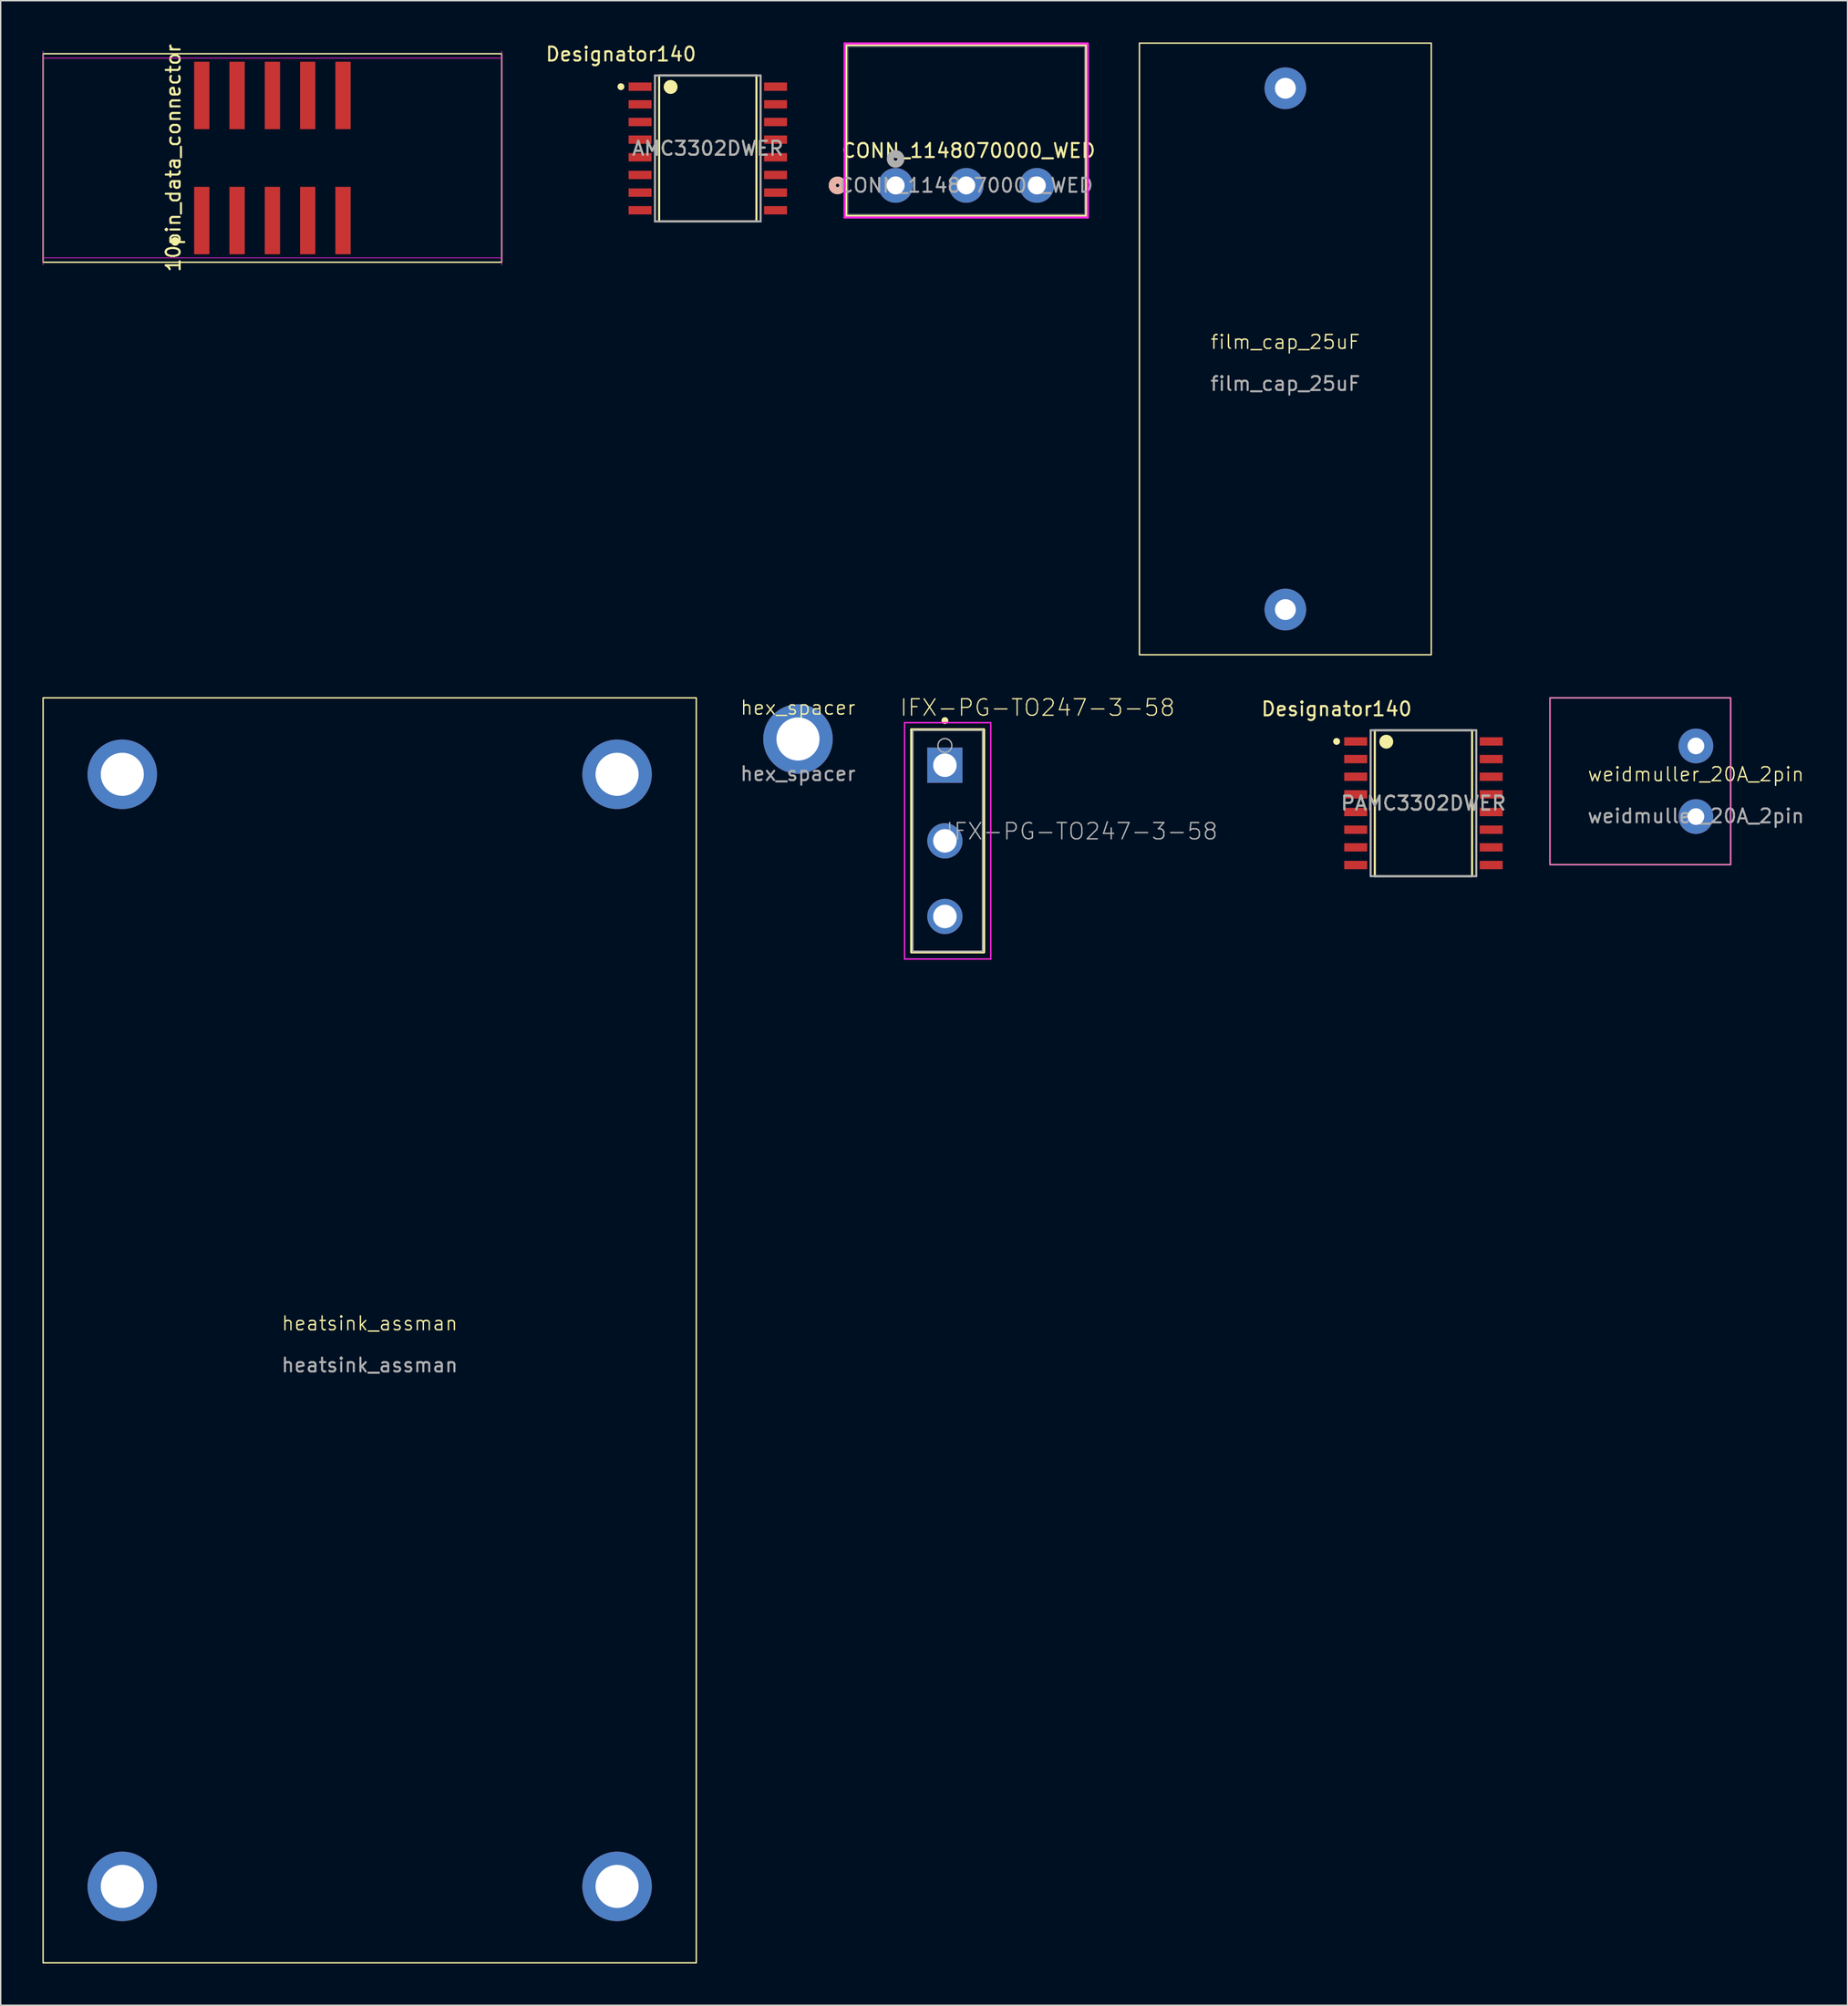
<source format=kicad_pcb>
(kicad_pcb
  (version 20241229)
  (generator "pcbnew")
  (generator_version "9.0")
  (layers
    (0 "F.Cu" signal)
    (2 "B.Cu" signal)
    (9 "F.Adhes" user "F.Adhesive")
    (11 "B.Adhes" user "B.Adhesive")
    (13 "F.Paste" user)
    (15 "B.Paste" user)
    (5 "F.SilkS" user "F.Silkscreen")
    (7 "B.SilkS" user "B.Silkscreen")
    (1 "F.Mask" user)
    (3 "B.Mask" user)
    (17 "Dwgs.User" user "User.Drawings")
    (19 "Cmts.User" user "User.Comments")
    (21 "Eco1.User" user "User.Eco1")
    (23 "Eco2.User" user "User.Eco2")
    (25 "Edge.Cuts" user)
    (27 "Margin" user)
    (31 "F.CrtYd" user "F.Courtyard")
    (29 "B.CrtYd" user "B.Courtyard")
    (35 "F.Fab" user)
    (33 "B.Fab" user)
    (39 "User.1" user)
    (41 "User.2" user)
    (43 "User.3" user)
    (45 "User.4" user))
  (footprint "10pin_data_connector"
    (layer "F.Cu")
    (at 16.55 8.315)
    (property "Reference" "10pin_data_connector" (at -7.13 0 90) (layer "F.SilkS") (effects (font (size 1 1) (thickness 0.15))))
    (attr smd)
    (fp_rect (start -16.5 -7.5) (end 16.5 7.5) (stroke (width 0.1) (type default)) (fill no) (layer "F.SilkS"))
    (fp_circle (center -7 6) (end -6.835 5.797) (stroke (width 0.1) (type solid)) (fill yes) (layer "F.SilkS"))
    (fp_line (start -16.5 -7.18) (end 16.5 -7.18) (stroke (width 0.05) (type default)) (layer "F.CrtYd"))
    (fp_line (start -16.5 7.68) (end -16.5 -7.68) (stroke (width 0.05) (type default)) (layer "F.CrtYd"))
    (fp_line (start 16.5 -7.68) (end 16.5 7.68) (stroke (width 0.05) (type default)) (layer "F.CrtYd"))
    (fp_line (start 16.5 7.18) (end -16.5 7.18) (stroke (width 0.05) (type default)) (layer "F.CrtYd"))
    (pad "1" smd rect (at -5.08 4.5) (size 1.1 4.85) (layers "F.Cu" "F.Mask" "F.Paste"))
    (pad "2" smd rect (at -5.08 -4.5) (size 1.1 4.85) (layers "F.Cu" "F.Mask" "F.Paste"))
    (pad "3" smd rect (at -2.54 4.5) (size 1.1 4.85) (layers "F.Cu" "F.Mask" "F.Paste"))
    (pad "4" smd rect (at -2.54 -4.5) (size 1.1 4.85) (layers "F.Cu" "F.Mask" "F.Paste"))
    (pad "5" smd rect (at 0 4.5) (size 1.1 4.85) (layers "F.Cu" "F.Mask" "F.Paste"))
    (pad "6" smd rect (at 0 -4.5) (size 1.1 4.85) (layers "F.Cu" "F.Mask" "F.Paste"))
    (pad "7" smd rect (at 2.54 4.5) (size 1.1 4.85) (layers "F.Cu" "F.Mask" "F.Paste"))
    (pad "8" smd rect (at 2.54 -4.5) (size 1.1 4.85) (layers "F.Cu" "F.Mask" "F.Paste"))
    (pad "9" smd rect (at 5.08 4.5) (size 1.1 4.85) (layers "F.Cu" "F.Mask" "F.Paste"))
    (pad "10" smd rect (at 5.08 -4.5) (size 1.1 4.85) (layers "F.Cu" "F.Mask" "F.Paste")))
  (footprint "film_cap_25uF"
    (layer "F.Cu")
    (at 89.436 22.05)
    (property "Reference" "film_cap_25uF" (at 0 -0.5 0) (unlocked yes) (layer "F.SilkS") (effects (font (size 1 1) (thickness 0.1))))
    (attr through_hole)
    (fp_rect (start -10.5 -22) (end 10.5 22) (stroke (width 0.1) (type solid)) (fill no) (layer "F.SilkS"))
    (fp_text user "${REFERENCE}" (at 0 2.5 0) (unlocked yes) (layer "F.Fab") (effects (font (size 1 1) (thickness 0.15))))
    (pad "1" thru_hole circle (at 0 18.75) (size 3 3) (drill 1.5) (layers "*.Cu" "*.Mask"))
    (pad "2" thru_hole circle (at 0 -18.75) (size 3 3) (drill 1.5) (layers "*.Cu" "*.Mask")))
  (footprint "weidmuller_20A_2pin"
    (layer "F.Cu")
    (at 118.975 53.15)
    (property "Reference" "weidmuller_20A_2pin" (at 0 -0.5 0) (unlocked yes) (layer "F.SilkS") (effects (font (size 1 1) (thickness 0.1))))
    (attr through_hole)
    (fp_rect (start -10.5 -6) (end 2.5 6) (stroke (width 0.1) (type default)) (fill no) (layer "F.SilkS"))
    (fp_rect (start -10.5 -6) (end 2.5 6) (stroke (width 0.05) (type default)) (fill no) (layer "F.CrtYd"))
    (fp_text user "${REFERENCE}" (at 0 2.5 0) (unlocked yes) (layer "F.Fab") (effects (font (size 1 1) (thickness 0.15))))
    (pad "1" thru_hole circle (at 0 -2.54) (size 2.5 2.5) (drill 1.2) (layers "*.Cu" "*.Mask"))
    (pad "2" thru_hole circle (at 0 2.54) (size 2.5 2.5) (drill 1.2) (layers "*.Cu" "*.Mask")))
  (footprint "IFX-PG-TO247-3-58"
    (layer "F.Cu")
    (at 64.938 57.437)
    (property "Reference" "IFX-PG-TO247-3-58" (at -3.302 -8.89 0) (unlocked yes) (layer "F.SilkS") (effects (font (size 1.182 1.182) (thickness 0.088)) (justify left bottom)))
    (fp_line (start -2.4 -8) (end 2.8 -8) (stroke (width 0.2) (type solid)) (layer "F.SilkS"))
    (fp_line (start -2.4 8) (end -2.4 -8) (stroke (width 0.2) (type solid)) (layer "F.SilkS"))
    (fp_line (start -2.4 8) (end 2.8 8) (stroke (width 0.2) (type solid)) (layer "F.SilkS"))
    (fp_line (start 2.8 8) (end 2.8 -8) (stroke (width 0.2) (type solid)) (layer "F.SilkS"))
    (fp_circle (center 0 -8.65) (end 0.125 -8.65) (stroke (width 0.25) (type solid)) (fill no) (layer "F.SilkS"))
    (fp_line (start -2.9 -8.5) (end 3.3 -8.5) (stroke (width 0.1) (type solid)) (layer "F.CrtYd"))
    (fp_line (start -2.9 8.5) (end 3.3 8.5) (stroke (width 0.1) (type solid)) (layer "F.CrtYd"))
    (fp_line (start -2.9 8.5) (end -2.9 -8.5) (stroke (width 0.1) (type solid)) (layer "F.CrtYd"))
    (fp_line (start -0.5 0) (end 0.5 0) (stroke (width 0.1) (type solid)) (layer "F.CrtYd"))
    (fp_line (start 0 0.5) (end 0 -0.5) (stroke (width 0.1) (type solid)) (layer "F.CrtYd"))
    (fp_line (start 3.3 8.5) (end 3.3 -8.5) (stroke (width 0.1) (type solid)) (layer "F.CrtYd"))
    (fp_line (start -2.308 -7.957) (end 2.712 -7.957) (stroke (width 0.1) (type solid)) (layer "F.Fab"))
    (fp_line (start -2.308 7.957) (end -2.308 -7.957) (stroke (width 0.1) (type solid)) (layer "F.Fab"))
    (fp_line (start -2.308 7.957) (end 2.712 7.957) (stroke (width 0.1) (type solid)) (layer "F.Fab"))
    (fp_line (start 2.712 7.957) (end 2.712 -7.957) (stroke (width 0.1) (type solid)) (layer "F.Fab"))
    (fp_circle (center 0 -6.858) (end 0.5 -6.858) (stroke (width 0.1) (type solid)) (fill no) (layer "F.Fab"))
    (fp_text user "${REFERENCE}" (at 0 0 0) (layer "F.Fab") (effects (font (size 1.168 1.168) (thickness 0.102)) (justify left bottom)))
    (pad "1" thru_hole rect (at 0 -5.44) (size 2.535 2.535) (drill 1.69) (layers "*.Cu" "*.Mask"))
    (pad "2" thru_hole circle (at 0 0) (size 2.535 2.535) (drill 1.69) (layers "*.Cu" "*.Mask"))
    (pad "3" thru_hole circle (at 0 5.44) (size 2.535 2.535) (drill 1.69) (layers "*.Cu" "*.Mask")))
  (footprint "heatsink_assman"
    (layer "F.Cu")
    (at 23.55 92.65)
    (property "Reference" "heatsink_assman" (at 0 -0.5 0) (unlocked yes) (layer "F.SilkS") (effects (font (size 1 1) (thickness 0.1))))
    (attr through_hole)
    (fp_rect (start -23.5 -45.5) (end 23.5 45.5) (stroke (width 0.1) (type default)) (fill no) (layer "F.SilkS"))
    (fp_text user "${REFERENCE}" (at 0 2.5 0) (unlocked yes) (layer "F.Fab") (effects (font (size 1 1) (thickness 0.15))))
    (pad "1" thru_hole circle (at -17.8 -40) (size 5 5) (drill 3.1) (layers "*.Cu" "*.Mask"))
    (pad "1" thru_hole circle (at -17.8 40) (size 5 5) (drill 3.1) (layers "*.Cu" "*.Mask"))
    (pad "1" thru_hole circle (at 17.8 -40) (size 5 5) (drill 3.1) (layers "*.Cu" "*.Mask"))
    (pad "1" thru_hole circle (at 17.8 40) (size 5 5) (drill 3.1) (layers "*.Cu" "*.Mask")))
  (footprint "AMC3302DWER"
    (layer "F.Cu")
    (at 47.878 7.63)
    (property "Reference" "AMC3302DWER" (at 0 0 0) (unlocked yes) (layer "F.SilkS") (effects (font (size 1 1) (thickness 0.15))))
    (attr smd)
    (fp_line (start -3.5 -5.25) (end 3.5 -5.25) (stroke (width 0.15) (type solid)) (layer "F.SilkS"))
    (fp_line (start -3.5 5.25) (end -3.5 -5.25) (stroke (width 0.15) (type solid)) (layer "F.SilkS"))
    (fp_line (start -3.5 5.25) (end 3.5 5.25) (stroke (width 0.15) (type solid)) (layer "F.SilkS"))
    (fp_line (start 3.5 5.25) (end 3.5 -5.25) (stroke (width 0.15) (type solid)) (layer "F.SilkS"))
    (fp_circle (center -6.25 -4.445) (end -6.125 -4.445) (stroke (width 0.25) (type solid)) (fill no) (layer "F.SilkS"))
    (fp_circle (center -2.675 -4.425) (end -2.425 -4.425) (stroke (width 0.5) (type solid)) (fill no) (layer "F.SilkS"))
    (fp_line (start -3.8 -5.25) (end 3.8 -5.25) (stroke (width 0.15) (type solid)) (layer "F.Fab"))
    (fp_line (start -3.8 5.25) (end -3.8 -5.25) (stroke (width 0.15) (type solid)) (layer "F.Fab"))
    (fp_line (start -3.8 5.25) (end 3.8 5.25) (stroke (width 0.15) (type solid)) (layer "F.Fab"))
    (fp_line (start 3.8 5.25) (end 3.8 -5.25) (stroke (width 0.15) (type solid)) (layer "F.Fab"))
    (fp_text user "Designator140" (at -6.248 -6.782 0) (unlocked yes) (layer "F.SilkS") (effects (font (size 1 1) (thickness 0.15))))
    (fp_text user "${REFERENCE}" (at 0 0 0) (unlocked yes) (layer "F.Fab") (effects (font (size 1 1) (thickness 0.15))))
    (pad "1" smd rect (at -4.875 -4.445) (size 1.65 0.6) (layers "F.Cu" "F.Mask" "F.Paste"))
    (pad "2" smd rect (at -4.875 -3.175) (size 1.65 0.6) (layers "F.Cu" "F.Mask" "F.Paste"))
    (pad "3" smd rect (at -4.875 -1.905) (size 1.65 0.6) (layers "F.Cu" "F.Mask" "F.Paste"))
    (pad "4" smd rect (at -4.875 -0.635) (size 1.65 0.6) (layers "F.Cu" "F.Mask" "F.Paste"))
    (pad "5" smd rect (at -4.875 0.635) (size 1.65 0.6) (layers "F.Cu" "F.Mask" "F.Paste"))
    (pad "6" smd rect (at -4.875 1.905) (size 1.65 0.6) (layers "F.Cu" "F.Mask" "F.Paste"))
    (pad "7" smd rect (at -4.875 3.175) (size 1.65 0.6) (layers "F.Cu" "F.Mask" "F.Paste"))
    (pad "8" smd rect (at -4.875 4.445) (size 1.65 0.6) (layers "F.Cu" "F.Mask" "F.Paste"))
    (pad "9" smd rect (at 4.875 4.445) (size 1.65 0.6) (layers "F.Cu" "F.Mask" "F.Paste"))
    (pad "10" smd rect (at 4.875 3.175) (size 1.65 0.6) (layers "F.Cu" "F.Mask" "F.Paste"))
    (pad "11" smd rect (at 4.875 1.905) (size 1.65 0.6) (layers "F.Cu" "F.Mask" "F.Paste"))
    (pad "12" smd rect (at 4.875 0.635) (size 1.65 0.6) (layers "F.Cu" "F.Mask" "F.Paste"))
    (pad "13" smd rect (at 4.875 -0.635) (size 1.65 0.6) (layers "F.Cu" "F.Mask" "F.Paste"))
    (pad "14" smd rect (at 4.875 -1.905) (size 1.65 0.6) (layers "F.Cu" "F.Mask" "F.Paste"))
    (pad "15" smd rect (at 4.875 -3.175) (size 1.65 0.6) (layers "F.Cu" "F.Mask" "F.Paste"))
    (pad "16" smd rect (at 4.875 -4.445) (size 1.65 0.6) (layers "F.Cu" "F.Mask" "F.Paste")))
  (footprint "PAMC3302DWER"
    (layer "F.Cu")
    (at 99.372 54.73)
    (property "Reference" "PAMC3302DWER" (at 0 0 0) (unlocked yes) (layer "F.SilkS") (effects (font (size 1 1) (thickness 0.15))))
    (attr smd)
    (fp_line (start -3.5 -5.25) (end 3.5 -5.25) (stroke (width 0.15) (type solid)) (layer "F.SilkS"))
    (fp_line (start -3.5 5.25) (end -3.5 -5.25) (stroke (width 0.15) (type solid)) (layer "F.SilkS"))
    (fp_line (start -3.5 5.25) (end 3.5 5.25) (stroke (width 0.15) (type solid)) (layer "F.SilkS"))
    (fp_line (start 3.5 5.25) (end 3.5 -5.25) (stroke (width 0.15) (type solid)) (layer "F.SilkS"))
    (fp_circle (center -6.25 -4.445) (end -6.125 -4.445) (stroke (width 0.25) (type solid)) (fill no) (layer "F.SilkS"))
    (fp_circle (center -2.675 -4.425) (end -2.425 -4.425) (stroke (width 0.5) (type solid)) (fill no) (layer "F.SilkS"))
    (fp_line (start -3.8 -5.25) (end 3.8 -5.25) (stroke (width 0.15) (type solid)) (layer "F.Fab"))
    (fp_line (start -3.8 5.25) (end -3.8 -5.25) (stroke (width 0.15) (type solid)) (layer "F.Fab"))
    (fp_line (start -3.8 5.25) (end 3.8 5.25) (stroke (width 0.15) (type solid)) (layer "F.Fab"))
    (fp_line (start 3.8 5.25) (end 3.8 -5.25) (stroke (width 0.15) (type solid)) (layer "F.Fab"))
    (fp_text user "Designator140" (at -6.248 -6.782 0) (unlocked yes) (layer "F.SilkS") (effects (font (size 1 1) (thickness 0.15))))
    (fp_text user "${REFERENCE}" (at 0 0 0) (unlocked yes) (layer "F.Fab") (effects (font (size 1 1) (thickness 0.15))))
    (pad "1" smd rect (at -4.875 -4.445) (size 1.65 0.6) (layers "F.Cu" "F.Mask" "F.Paste"))
    (pad "2" smd rect (at -4.875 -3.175) (size 1.65 0.6) (layers "F.Cu" "F.Mask" "F.Paste"))
    (pad "3" smd rect (at -4.875 -1.905) (size 1.65 0.6) (layers "F.Cu" "F.Mask" "F.Paste"))
    (pad "4" smd rect (at -4.875 -0.635) (size 1.65 0.6) (layers "F.Cu" "F.Mask" "F.Paste"))
    (pad "5" smd rect (at -4.875 0.635) (size 1.65 0.6) (layers "F.Cu" "F.Mask" "F.Paste"))
    (pad "6" smd rect (at -4.875 1.905) (size 1.65 0.6) (layers "F.Cu" "F.Mask" "F.Paste"))
    (pad "7" smd rect (at -4.875 3.175) (size 1.65 0.6) (layers "F.Cu" "F.Mask" "F.Paste"))
    (pad "8" smd rect (at -4.875 4.445) (size 1.65 0.6) (layers "F.Cu" "F.Mask" "F.Paste"))
    (pad "9" smd rect (at 4.875 4.445) (size 1.65 0.6) (layers "F.Cu" "F.Mask" "F.Paste"))
    (pad "10" smd rect (at 4.875 3.175) (size 1.65 0.6) (layers "F.Cu" "F.Mask" "F.Paste"))
    (pad "11" smd rect (at 4.875 1.905) (size 1.65 0.6) (layers "F.Cu" "F.Mask" "F.Paste"))
    (pad "12" smd rect (at 4.875 0.635) (size 1.65 0.6) (layers "F.Cu" "F.Mask" "F.Paste"))
    (pad "13" smd rect (at 4.875 -0.635) (size 1.65 0.6) (layers "F.Cu" "F.Mask" "F.Paste"))
    (pad "14" smd rect (at 4.875 -1.905) (size 1.65 0.6) (layers "F.Cu" "F.Mask" "F.Paste"))
    (pad "15" smd rect (at 4.875 -3.175) (size 1.65 0.6) (layers "F.Cu" "F.Mask" "F.Paste"))
    (pad "16" smd rect (at 4.875 -4.445) (size 1.65 0.6) (layers "F.Cu" "F.Mask" "F.Paste")))
  (footprint "CONN_1148070000_WED"
    (layer "F.Cu")
    (at 61.391 10.287)
    (property "Reference" "CONN_1148070000_WED" (at 5.25 -2.5 0) (unlocked yes) (layer "F.SilkS") (effects (font (size 1 1) (thickness 0.15))))
    (attr through_hole)
    (fp_line (start -3.543 -10.084) (end -3.543 2.184) (stroke (width 0.152) (type solid)) (layer "F.SilkS"))
    (fp_line (start -3.543 2.184) (end 13.703 2.184) (stroke (width 0.152) (type solid)) (layer "F.SilkS"))
    (fp_line (start 13.703 -10.084) (end -3.543 -10.084) (stroke (width 0.152) (type solid)) (layer "F.SilkS"))
    (fp_line (start 13.703 2.184) (end 13.703 -10.084) (stroke (width 0.152) (type solid)) (layer "F.SilkS"))
    (fp_circle (center -4.178 0) (end -3.797 0) (stroke (width 0.508) (type solid)) (fill no) (layer "F.SilkS"))
    (fp_circle (center -4.178 0) (end -3.797 0) (stroke (width 0.508) (type solid)) (fill no) (layer "B.SilkS"))
    (fp_line (start -3.67 -10.211) (end -3.67 2.311) (stroke (width 0.152) (type solid)) (layer "F.CrtYd"))
    (fp_line (start -3.67 2.311) (end 13.83 2.311) (stroke (width 0.152) (type solid)) (layer "F.CrtYd"))
    (fp_line (start 13.83 -10.211) (end -3.67 -10.211) (stroke (width 0.152) (type solid)) (layer "F.CrtYd"))
    (fp_line (start 13.83 2.311) (end 13.83 -10.211) (stroke (width 0.152) (type solid)) (layer "F.CrtYd"))
    (fp_line (start -3.416 -9.957) (end -3.416 2.057) (stroke (width 0.025) (type solid)) (layer "F.Fab"))
    (fp_line (start -3.416 2.057) (end 13.576 2.057) (stroke (width 0.025) (type solid)) (layer "F.Fab"))
    (fp_line (start 13.576 -9.957) (end -3.416 -9.957) (stroke (width 0.025) (type solid)) (layer "F.Fab"))
    (fp_line (start 13.576 2.057) (end 13.576 -9.957) (stroke (width 0.025) (type solid)) (layer "F.Fab"))
    (fp_circle (center 0 -1.905) (end 0.381 -1.905) (stroke (width 0.508) (type solid)) (fill no) (layer "F.Fab"))
    (fp_text user "${REFERENCE}" (at 5.08 0 0) (unlocked yes) (layer "F.Fab") (effects (font (size 1 1) (thickness 0.15))))
    (pad "1" thru_hole circle (at 0 0) (size 2.5 2.5) (drill 1.295) (layers "*.Cu" "*.Mask"))
    (pad "2" thru_hole circle (at 5.08 0) (size 2.5 2.5) (drill 1.295) (layers "*.Cu" "*.Mask"))
    (pad "3" thru_hole circle (at 10.16 0) (size 2.5 2.5) (drill 1.295) (layers "*.Cu" "*.Mask")))
  (footprint "hex_spacer"
    (layer "F.Cu")
    (at 54.368 50.111)
    (property "Reference" "hex_spacer" (at 0 -2.25 0) (unlocked yes) (layer "F.SilkS") (effects (font (size 1 1) (thickness 0.1))))
    (attr through_hole)
    (fp_text user "${REFERENCE}" (at 0 2.5 0) (unlocked yes) (layer "F.Fab") (effects (font (size 1 1) (thickness 0.15))))
    (pad "" np_thru_hole circle (at 0 0) (size 5 5) (drill 3.1) (layers "*.Cu" "*.Mask")))
  (gr_rect
    (start -3 -3)
    (end 129.886 141.2)
    (stroke (width 0.1) (type default))
    (fill no)
    (layer "Edge.Cuts")))
</source>
